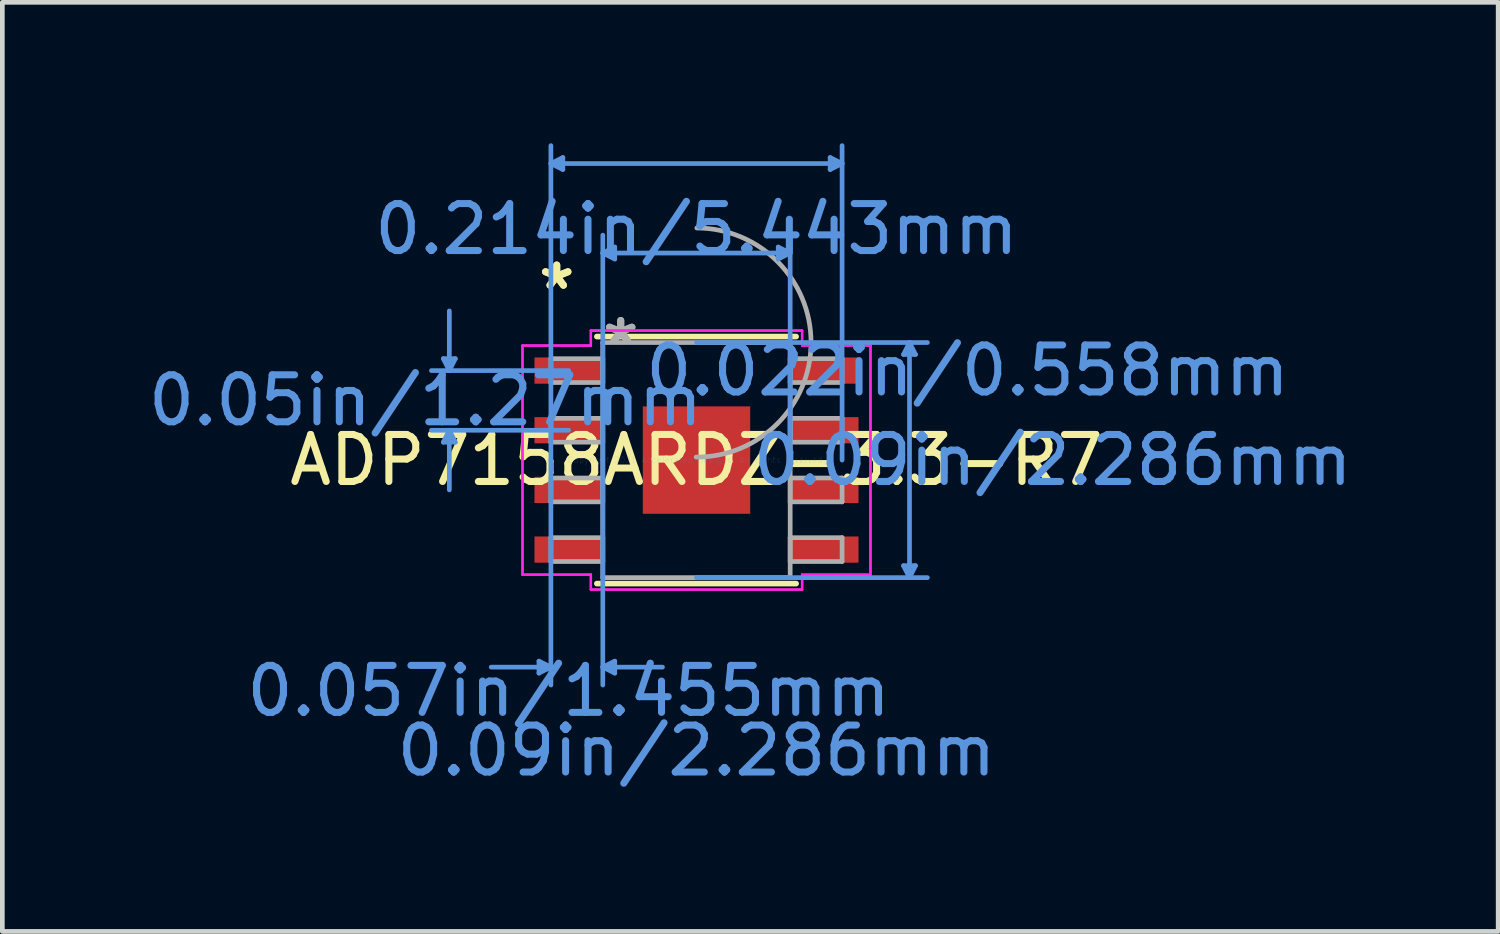
<source format=kicad_pcb>
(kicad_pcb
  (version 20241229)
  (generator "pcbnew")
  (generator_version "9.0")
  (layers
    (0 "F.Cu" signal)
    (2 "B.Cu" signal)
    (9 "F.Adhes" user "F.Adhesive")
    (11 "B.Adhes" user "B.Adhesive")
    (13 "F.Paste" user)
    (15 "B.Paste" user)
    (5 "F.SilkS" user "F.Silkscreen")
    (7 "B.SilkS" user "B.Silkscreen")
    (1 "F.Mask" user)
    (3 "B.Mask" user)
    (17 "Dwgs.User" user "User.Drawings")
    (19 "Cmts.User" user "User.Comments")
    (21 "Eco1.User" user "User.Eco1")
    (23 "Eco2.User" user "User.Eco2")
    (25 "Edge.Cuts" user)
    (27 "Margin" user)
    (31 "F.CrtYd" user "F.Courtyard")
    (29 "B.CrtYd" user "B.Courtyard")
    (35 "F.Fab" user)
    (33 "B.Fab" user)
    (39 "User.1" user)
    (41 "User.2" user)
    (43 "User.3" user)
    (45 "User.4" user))
  (footprint "ADP7158ARDZ-3.3-R7"
    (layer "F.Cu")
    (at 11.775 6.743)
    (property "Reference" "ADP7158ARDZ-3.3-R7" (at 0 0 0) (layer "F.SilkS") (effects (font (size 1 1) (thickness 0.15))))
    (attr through_hole)
    (fp_line (start -2.121 2.629) (end 2.121 2.629) (stroke (width 0.12) (type solid)) (layer "F.SilkS"))
    (fp_line (start 2.121 -2.629) (end -2.121 -2.629) (stroke (width 0.12) (type solid)) (layer "F.SilkS"))
    (fp_line (start -5.388 -2.159) (end -5.134 -2.159) (stroke (width 0.1) (type solid)) (layer "Cmts.User"))
    (fp_line (start -5.388 -0.381) (end -5.134 -0.381) (stroke (width 0.1) (type solid)) (layer "Cmts.User"))
    (fp_line (start -5.261 -1.905) (end -5.388 -2.159) (stroke (width 0.1) (type solid)) (layer "Cmts.User"))
    (fp_line (start -5.261 -1.905) (end -5.261 -3.175) (stroke (width 0.1) (type solid)) (layer "Cmts.User"))
    (fp_line (start -5.261 -1.905) (end -5.134 -2.159) (stroke (width 0.1) (type solid)) (layer "Cmts.User"))
    (fp_line (start -5.261 -0.635) (end -5.388 -0.381) (stroke (width 0.1) (type solid)) (layer "Cmts.User"))
    (fp_line (start -5.261 -0.635) (end -5.261 0.635) (stroke (width 0.1) (type solid)) (layer "Cmts.User"))
    (fp_line (start -5.261 -0.635) (end -5.134 -0.381) (stroke (width 0.1) (type solid)) (layer "Cmts.User"))
    (fp_line (start -3.353 4.28) (end -3.353 4.534) (stroke (width 0.1) (type solid)) (layer "Cmts.User"))
    (fp_line (start -3.099 -6.312) (end -2.845 -6.439) (stroke (width 0.1) (type solid)) (layer "Cmts.User"))
    (fp_line (start -3.099 -6.312) (end -2.845 -6.185) (stroke (width 0.1) (type solid)) (layer "Cmts.User"))
    (fp_line (start -3.099 -6.312) (end 3.099 -6.312) (stroke (width 0.1) (type solid)) (layer "Cmts.User"))
    (fp_line (start -3.099 0) (end -3.099 -6.693) (stroke (width 0.1) (type solid)) (layer "Cmts.User"))
    (fp_line (start -3.099 0) (end -3.099 4.788) (stroke (width 0.1) (type solid)) (layer "Cmts.User"))
    (fp_line (start -3.099 4.407) (end -4.369 4.407) (stroke (width 0.1) (type solid)) (layer "Cmts.User"))
    (fp_line (start -3.099 4.407) (end -3.353 4.28) (stroke (width 0.1) (type solid)) (layer "Cmts.User"))
    (fp_line (start -3.099 4.407) (end -3.353 4.534) (stroke (width 0.1) (type solid)) (layer "Cmts.User"))
    (fp_line (start -2.845 -6.439) (end -2.845 -6.185) (stroke (width 0.1) (type solid)) (layer "Cmts.User"))
    (fp_line (start -2.721 -1.905) (end -5.642 -1.905) (stroke (width 0.1) (type solid)) (layer "Cmts.User"))
    (fp_line (start -2.721 -0.635) (end -5.642 -0.635) (stroke (width 0.1) (type solid)) (layer "Cmts.User"))
    (fp_line (start -1.994 -4.407) (end -1.74 -4.534) (stroke (width 0.1) (type solid)) (layer "Cmts.User"))
    (fp_line (start -1.994 -4.407) (end -1.74 -4.28) (stroke (width 0.1) (type solid)) (layer "Cmts.User"))
    (fp_line (start -1.994 -4.407) (end 1.994 -4.407) (stroke (width 0.1) (type solid)) (layer "Cmts.User"))
    (fp_line (start -1.994 0) (end -1.994 -4.788) (stroke (width 0.1) (type solid)) (layer "Cmts.User"))
    (fp_line (start -1.994 0) (end -1.994 4.788) (stroke (width 0.1) (type solid)) (layer "Cmts.User"))
    (fp_line (start -1.994 4.407) (end -1.74 4.28) (stroke (width 0.1) (type solid)) (layer "Cmts.User"))
    (fp_line (start -1.994 4.407) (end -1.74 4.534) (stroke (width 0.1) (type solid)) (layer "Cmts.User"))
    (fp_line (start -1.994 4.407) (end -0.724 4.407) (stroke (width 0.1) (type solid)) (layer "Cmts.User"))
    (fp_line (start -1.74 -4.534) (end -1.74 -4.28) (stroke (width 0.1) (type solid)) (layer "Cmts.User"))
    (fp_line (start -1.74 4.28) (end -1.74 4.534) (stroke (width 0.1) (type solid)) (layer "Cmts.User"))
    (fp_line (start 0 -2.502) (end 4.915 -2.502) (stroke (width 0.1) (type solid)) (layer "Cmts.User"))
    (fp_line (start 0 2.502) (end 4.915 2.502) (stroke (width 0.1) (type solid)) (layer "Cmts.User"))
    (fp_line (start 1.74 -4.534) (end 1.74 -4.28) (stroke (width 0.1) (type solid)) (layer "Cmts.User"))
    (fp_line (start 1.994 -4.407) (end 1.74 -4.534) (stroke (width 0.1) (type solid)) (layer "Cmts.User"))
    (fp_line (start 1.994 -4.407) (end 1.74 -4.28) (stroke (width 0.1) (type solid)) (layer "Cmts.User"))
    (fp_line (start 1.994 0) (end 1.994 -4.788) (stroke (width 0.1) (type solid)) (layer "Cmts.User"))
    (fp_line (start 2.845 -6.439) (end 2.845 -6.185) (stroke (width 0.1) (type solid)) (layer "Cmts.User"))
    (fp_line (start 3.099 -6.312) (end 2.845 -6.439) (stroke (width 0.1) (type solid)) (layer "Cmts.User"))
    (fp_line (start 3.099 -6.312) (end 2.845 -6.185) (stroke (width 0.1) (type solid)) (layer "Cmts.User"))
    (fp_line (start 3.099 0) (end 3.099 -6.693) (stroke (width 0.1) (type solid)) (layer "Cmts.User"))
    (fp_line (start 4.407 -2.248) (end 4.661 -2.248) (stroke (width 0.1) (type solid)) (layer "Cmts.User"))
    (fp_line (start 4.407 2.248) (end 4.661 2.248) (stroke (width 0.1) (type solid)) (layer "Cmts.User"))
    (fp_line (start 4.534 -2.502) (end 4.407 -2.248) (stroke (width 0.1) (type solid)) (layer "Cmts.User"))
    (fp_line (start 4.534 -2.502) (end 4.534 2.502) (stroke (width 0.1) (type solid)) (layer "Cmts.User"))
    (fp_line (start 4.534 -2.502) (end 4.661 -2.248) (stroke (width 0.1) (type solid)) (layer "Cmts.User"))
    (fp_line (start 4.534 2.502) (end 4.407 2.248) (stroke (width 0.1) (type solid)) (layer "Cmts.User"))
    (fp_line (start 4.534 2.502) (end 4.661 2.248) (stroke (width 0.1) (type solid)) (layer "Cmts.User"))
    (fp_line (start -3.703 -2.438) (end -2.248 -2.438) (stroke (width 0.05) (type solid)) (layer "F.CrtYd"))
    (fp_line (start -3.703 -2.438) (end -2.248 -2.438) (stroke (width 0.05) (type solid)) (layer "F.CrtYd"))
    (fp_line (start -3.703 2.438) (end -3.703 -2.438) (stroke (width 0.05) (type solid)) (layer "F.CrtYd"))
    (fp_line (start -3.703 2.438) (end -3.703 -2.438) (stroke (width 0.05) (type solid)) (layer "F.CrtYd"))
    (fp_line (start -3.703 2.438) (end -2.248 2.438) (stroke (width 0.05) (type solid)) (layer "F.CrtYd"))
    (fp_line (start -2.248 -2.756) (end 2.248 -2.756) (stroke (width 0.05) (type solid)) (layer "F.CrtYd"))
    (fp_line (start -2.248 -2.756) (end 2.248 -2.756) (stroke (width 0.05) (type solid)) (layer "F.CrtYd"))
    (fp_line (start -2.248 -2.438) (end -2.248 -2.756) (stroke (width 0.05) (type solid)) (layer "F.CrtYd"))
    (fp_line (start -2.248 -2.438) (end -2.248 -2.756) (stroke (width 0.05) (type solid)) (layer "F.CrtYd"))
    (fp_line (start -2.248 2.438) (end -3.703 2.438) (stroke (width 0.05) (type solid)) (layer "F.CrtYd"))
    (fp_line (start -2.248 2.756) (end -2.248 2.438) (stroke (width 0.05) (type solid)) (layer "F.CrtYd"))
    (fp_line (start -2.248 2.756) (end -2.248 2.438) (stroke (width 0.05) (type solid)) (layer "F.CrtYd"))
    (fp_line (start 2.248 -2.756) (end 2.248 -2.438) (stroke (width 0.05) (type solid)) (layer "F.CrtYd"))
    (fp_line (start 2.248 -2.756) (end 2.248 -2.438) (stroke (width 0.05) (type solid)) (layer "F.CrtYd"))
    (fp_line (start 2.248 -2.438) (end 3.703 -2.438) (stroke (width 0.05) (type solid)) (layer "F.CrtYd"))
    (fp_line (start 2.248 2.438) (end 2.248 2.756) (stroke (width 0.05) (type solid)) (layer "F.CrtYd"))
    (fp_line (start 2.248 2.438) (end 2.248 2.756) (stroke (width 0.05) (type solid)) (layer "F.CrtYd"))
    (fp_line (start 2.248 2.756) (end -2.248 2.756) (stroke (width 0.05) (type solid)) (layer "F.CrtYd"))
    (fp_line (start 2.248 2.756) (end -2.248 2.756) (stroke (width 0.05) (type solid)) (layer "F.CrtYd"))
    (fp_line (start 3.703 -2.438) (end 2.248 -2.438) (stroke (width 0.05) (type solid)) (layer "F.CrtYd"))
    (fp_line (start 3.703 -2.438) (end 3.703 2.438) (stroke (width 0.05) (type solid)) (layer "F.CrtYd"))
    (fp_line (start 3.703 -2.438) (end 3.703 2.438) (stroke (width 0.05) (type solid)) (layer "F.CrtYd"))
    (fp_line (start 3.703 2.438) (end 2.248 2.438) (stroke (width 0.05) (type solid)) (layer "F.CrtYd"))
    (fp_line (start 3.703 2.438) (end 2.248 2.438) (stroke (width 0.05) (type solid)) (layer "F.CrtYd"))
    (fp_line (start -3.099 -2.159) (end -3.099 -1.651) (stroke (width 0.1) (type solid)) (layer "F.Fab"))
    (fp_line (start -3.099 -1.651) (end -1.994 -1.651) (stroke (width 0.1) (type solid)) (layer "F.Fab"))
    (fp_line (start -3.099 -0.889) (end -3.099 -0.381) (stroke (width 0.1) (type solid)) (layer "F.Fab"))
    (fp_line (start -3.099 -0.381) (end -1.994 -0.381) (stroke (width 0.1) (type solid)) (layer "F.Fab"))
    (fp_line (start -3.099 0.381) (end -3.099 0.889) (stroke (width 0.1) (type solid)) (layer "F.Fab"))
    (fp_line (start -3.099 0.889) (end -1.994 0.889) (stroke (width 0.1) (type solid)) (layer "F.Fab"))
    (fp_line (start -3.099 1.651) (end -3.099 2.159) (stroke (width 0.1) (type solid)) (layer "F.Fab"))
    (fp_line (start -3.099 2.159) (end -1.994 2.159) (stroke (width 0.1) (type solid)) (layer "F.Fab"))
    (fp_line (start -1.994 -2.502) (end -1.994 2.502) (stroke (width 0.1) (type solid)) (layer "F.Fab"))
    (fp_line (start -1.994 -2.159) (end -3.099 -2.159) (stroke (width 0.1) (type solid)) (layer "F.Fab"))
    (fp_line (start -1.994 -1.651) (end -1.994 -2.159) (stroke (width 0.1) (type solid)) (layer "F.Fab"))
    (fp_line (start -1.994 -0.889) (end -3.099 -0.889) (stroke (width 0.1) (type solid)) (layer "F.Fab"))
    (fp_line (start -1.994 -0.381) (end -1.994 -0.889) (stroke (width 0.1) (type solid)) (layer "F.Fab"))
    (fp_line (start -1.994 0.381) (end -3.099 0.381) (stroke (width 0.1) (type solid)) (layer "F.Fab"))
    (fp_line (start -1.994 0.889) (end -1.994 0.381) (stroke (width 0.1) (type solid)) (layer "F.Fab"))
    (fp_line (start -1.994 1.651) (end -3.099 1.651) (stroke (width 0.1) (type solid)) (layer "F.Fab"))
    (fp_line (start -1.994 2.159) (end -1.994 1.651) (stroke (width 0.1) (type solid)) (layer "F.Fab"))
    (fp_line (start -1.994 2.502) (end 1.994 2.502) (stroke (width 0.1) (type solid)) (layer "F.Fab"))
    (fp_line (start 1.994 -2.502) (end -1.994 -2.502) (stroke (width 0.1) (type solid)) (layer "F.Fab"))
    (fp_line (start 1.994 -2.159) (end 1.994 -1.651) (stroke (width 0.1) (type solid)) (layer "F.Fab"))
    (fp_line (start 1.994 -1.651) (end 3.099 -1.651) (stroke (width 0.1) (type solid)) (layer "F.Fab"))
    (fp_line (start 1.994 -0.889) (end 1.994 -0.381) (stroke (width 0.1) (type solid)) (layer "F.Fab"))
    (fp_line (start 1.994 -0.381) (end 3.099 -0.381) (stroke (width 0.1) (type solid)) (layer "F.Fab"))
    (fp_line (start 1.994 0.381) (end 1.994 0.889) (stroke (width 0.1) (type solid)) (layer "F.Fab"))
    (fp_line (start 1.994 0.889) (end 3.099 0.889) (stroke (width 0.1) (type solid)) (layer "F.Fab"))
    (fp_line (start 1.994 1.651) (end 1.994 2.159) (stroke (width 0.1) (type solid)) (layer "F.Fab"))
    (fp_line (start 1.994 2.159) (end 3.099 2.159) (stroke (width 0.1) (type solid)) (layer "F.Fab"))
    (fp_line (start 1.994 2.502) (end 1.994 -2.502) (stroke (width 0.1) (type solid)) (layer "F.Fab"))
    (fp_line (start 3.099 -2.159) (end 1.994 -2.159) (stroke (width 0.1) (type solid)) (layer "F.Fab"))
    (fp_line (start 3.099 -1.651) (end 3.099 -2.159) (stroke (width 0.1) (type solid)) (layer "F.Fab"))
    (fp_line (start 3.099 -0.889) (end 1.994 -0.889) (stroke (width 0.1) (type solid)) (layer "F.Fab"))
    (fp_line (start 3.099 -0.381) (end 3.099 -0.889) (stroke (width 0.1) (type solid)) (layer "F.Fab"))
    (fp_line (start 3.099 0.381) (end 1.994 0.381) (stroke (width 0.1) (type solid)) (layer "F.Fab"))
    (fp_line (start 3.099 0.889) (end 3.099 0.381) (stroke (width 0.1) (type solid)) (layer "F.Fab"))
    (fp_line (start 3.099 1.651) (end 1.994 1.651) (stroke (width 0.1) (type solid)) (layer "F.Fab"))
    (fp_line (start 3.099 2.159) (end 3.099 1.651) (stroke (width 0.1) (type solid)) (layer "F.Fab"))
    (fp_arc (start 0.007742 -4.940252) (mid 2.438352 -2.494158) (end -0.007742 -0.063548) (stroke (width 0.1) (type solid)) (layer "F.Fab"))
    (fp_text user "*" (at -2.975 -3.606 0) (layer "F.SilkS") (effects (font (size 1 1) (thickness 0.15))))
    (fp_text user "*" (at -2.975 -3.606 0) (layer "F.SilkS") (effects (font (size 1 1) (thickness 0.15))))
    (fp_text user "0.09in/2.286mm" (at 0 6.185 0) (layer "Cmts.User") (effects (font (size 1 1) (thickness 0.15))))
    (fp_text user "0.214in/5.443mm" (at 0 -4.915 0) (layer "Cmts.User") (effects (font (size 1 1) (thickness 0.15))))
    (fp_text user "0.09in/2.286mm" (at 7.582 0 0) (layer "Cmts.User") (effects (font (size 1 1) (thickness 0.15))))
    (fp_text user "0.057in/1.455mm" (at -2.721 4.915 0) (layer "Cmts.User") (effects (font (size 1 1) (thickness 0.15))))
    (fp_text user "0.05in/1.27mm" (at -5.769 -1.27 0) (layer "Cmts.User") (effects (font (size 1 1) (thickness 0.15))))
    (fp_text user "0.022in/0.558mm" (at 5.769 -1.905 0) (layer "Cmts.User") (effects (font (size 1 1) (thickness 0.15))))
    (fp_text user "Copyright 2021 Accelerated Designs. All rights reserved." (at 0 0 0) (layer "Cmts.User") (effects (font (size 0.127 0.127) (thickness 0.002))))
    (fp_text user "*" (at -1.613 -2.426 0) (layer "F.Fab") (effects (font (size 1 1) (thickness 0.15))))
    (fp_text user "*" (at -1.613 -2.426 0) (layer "F.Fab") (effects (font (size 1 1) (thickness 0.15))))
    (pad "1" smd rect (at -2.721 -1.905) (size 1.455 0.558) (layers "F.Cu" "F.Mask" "F.Paste"))
    (pad "2" smd rect (at -2.721 -0.635) (size 1.455 0.558) (layers "F.Cu" "F.Mask" "F.Paste"))
    (pad "3" smd rect (at -2.721 0.635) (size 1.455 0.558) (layers "F.Cu" "F.Mask" "F.Paste"))
    (pad "4" smd rect (at -2.721 1.905) (size 1.455 0.558) (layers "F.Cu" "F.Mask" "F.Paste"))
    (pad "5" smd rect (at 2.721 1.905) (size 1.455 0.558) (layers "F.Cu" "F.Mask" "F.Paste"))
    (pad "6" smd rect (at 2.721 0.635) (size 1.455 0.558) (layers "F.Cu" "F.Mask" "F.Paste"))
    (pad "7" smd rect (at 2.721 -0.635) (size 1.455 0.558) (layers "F.Cu" "F.Mask" "F.Paste"))
    (pad "8" smd rect (at 2.721 -1.905) (size 1.455 0.558) (layers "F.Cu" "F.Mask" "F.Paste"))
    (pad "EPAD" smd rect (at 0 0) (size 2.286 2.286) (layers "F.Cu" "F.Mask" "F.Paste")))
  (gr_rect
    (start -3 -3)
    (end 28.839 16.776)
    (stroke (width 0.1) (type default))
    (fill no)
    (layer "Edge.Cuts")))
</source>
